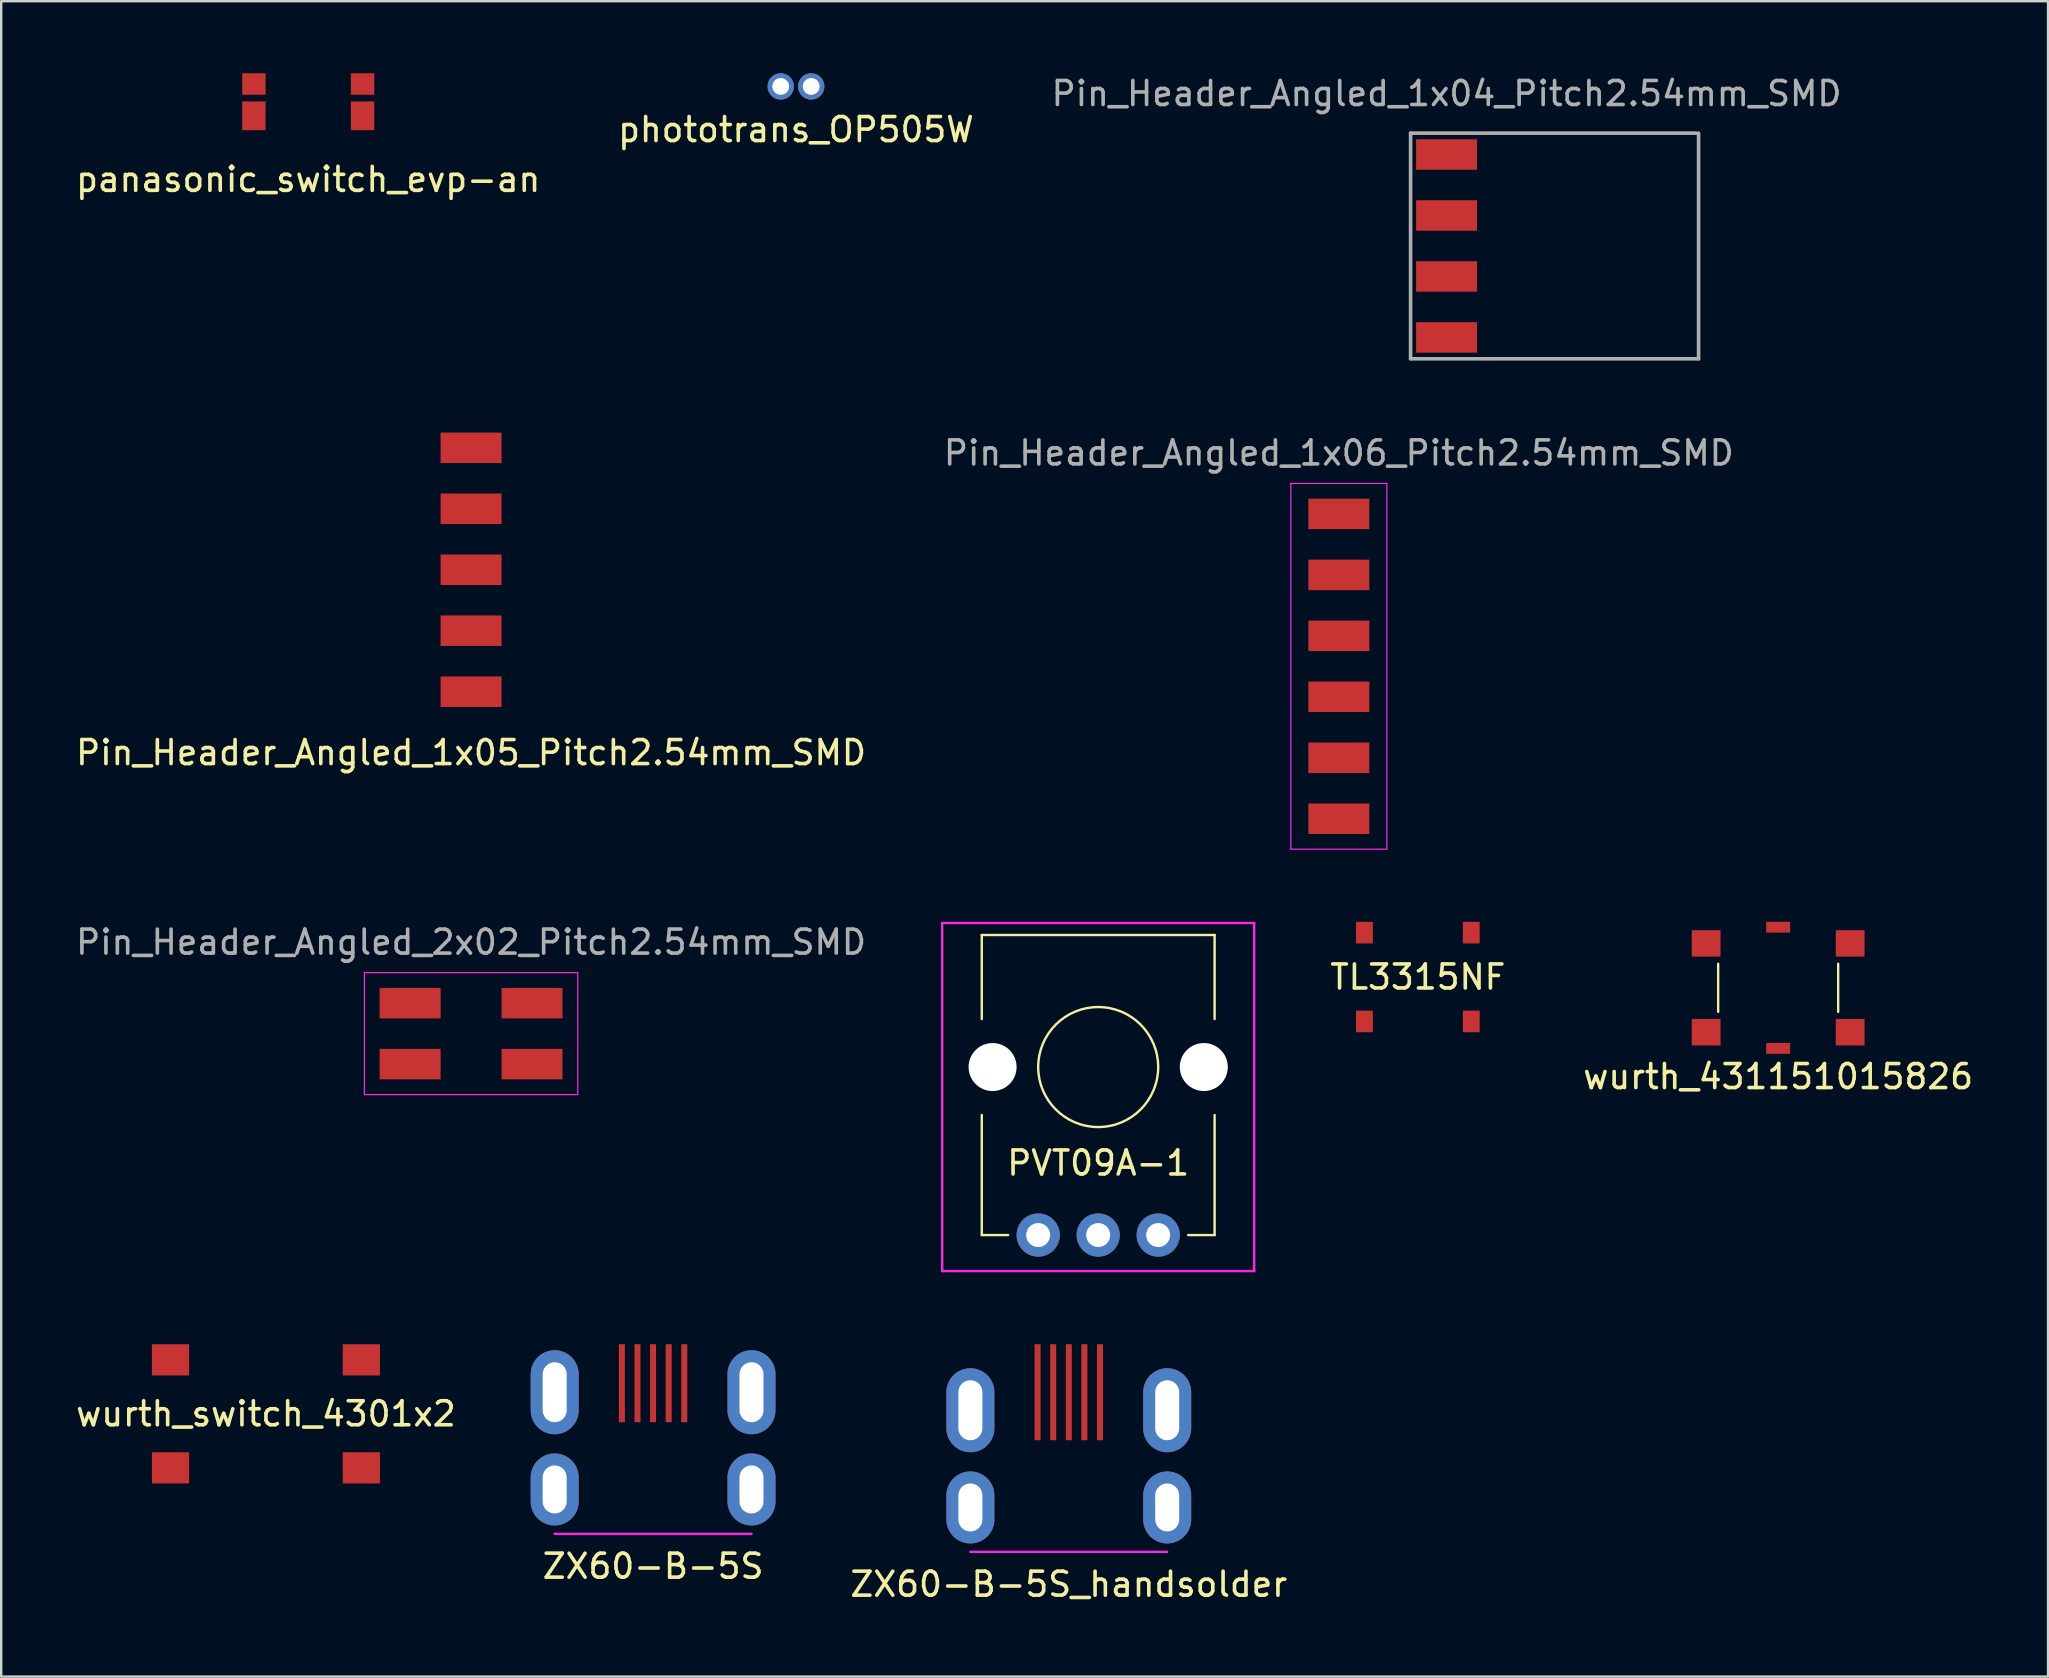
<source format=kicad_pcb>
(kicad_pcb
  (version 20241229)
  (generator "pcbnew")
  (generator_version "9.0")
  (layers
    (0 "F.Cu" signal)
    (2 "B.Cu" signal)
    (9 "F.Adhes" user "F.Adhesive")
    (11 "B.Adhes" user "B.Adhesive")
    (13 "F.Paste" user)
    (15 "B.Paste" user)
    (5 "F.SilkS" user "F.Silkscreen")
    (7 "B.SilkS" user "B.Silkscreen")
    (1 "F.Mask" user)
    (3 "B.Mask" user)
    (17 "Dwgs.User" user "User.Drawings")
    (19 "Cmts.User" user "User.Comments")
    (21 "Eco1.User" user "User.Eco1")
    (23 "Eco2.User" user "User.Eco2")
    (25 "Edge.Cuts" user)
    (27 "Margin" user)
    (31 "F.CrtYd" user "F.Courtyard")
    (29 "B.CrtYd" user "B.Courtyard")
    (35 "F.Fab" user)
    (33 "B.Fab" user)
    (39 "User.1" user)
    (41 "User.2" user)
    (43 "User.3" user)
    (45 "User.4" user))
  (footprint "PVT09A-1"
    (layer "F.Cu")
    (at 42.705 41.407)
    (property "Reference" "PVT09A-1" (at 0 4 0) (layer "F.SilkS") (effects (font (size 1 1) (thickness 0.15))))
    (attr through_hole)
    (fp_line (start -4.85 -5.5) (end -4.85 -2) (stroke (width 0.1) (type solid)) (layer "F.SilkS"))
    (fp_line (start -4.85 -5.5) (end 4.85 -5.5) (stroke (width 0.1) (type solid)) (layer "F.SilkS"))
    (fp_line (start -4.85 2) (end -4.85 7) (stroke (width 0.1) (type solid)) (layer "F.SilkS"))
    (fp_line (start -4.85 7) (end -3.75 7) (stroke (width 0.1) (type solid)) (layer "F.SilkS"))
    (fp_line (start 4.85 -2) (end 4.85 -5.5) (stroke (width 0.1) (type solid)) (layer "F.SilkS"))
    (fp_line (start 4.85 7) (end 3.75 7) (stroke (width 0.1) (type solid)) (layer "F.SilkS"))
    (fp_line (start 4.85 7) (end 4.85 2) (stroke (width 0.1) (type solid)) (layer "F.SilkS"))
    (fp_circle (center 0 0) (end 2.5 0) (stroke (width 0.1) (type solid)) (fill no) (layer "F.SilkS"))
    (fp_line (start -6.5 -6) (end -6.5 8.5) (stroke (width 0.1) (type solid)) (layer "F.CrtYd"))
    (fp_line (start -6.5 8.5) (end 6.5 8.5) (stroke (width 0.1) (type solid)) (layer "F.CrtYd"))
    (fp_line (start 6.5 -6) (end -6.5 -6) (stroke (width 0.1) (type solid)) (layer "F.CrtYd"))
    (fp_line (start 6.5 8.5) (end 6.5 -6) (stroke (width 0.1) (type solid)) (layer "F.CrtYd"))
    (pad "" np_thru_hole circle (at -4.4 0) (size 2 2) (drill 2) (layers "*.Cu" "*.Mask"))
    (pad "" np_thru_hole circle (at 4.4 0) (size 2 2) (drill 2) (layers "*.Cu" "*.Mask"))
    (pad "1" thru_hole circle (at -2.5 7) (size 1.8 1.8) (drill 1) (layers "*.Cu" "*.Mask"))
    (pad "2" thru_hole circle (at 0 7) (size 1.8 1.8) (drill 1) (layers "*.Cu" "*.Mask"))
    (pad "3" thru_hole circle (at 2.5 7) (size 1.8 1.8) (drill 1) (layers "*.Cu" "*.Mask")))
  (footprint "Pin_Header_Angled_2x02_Pitch2.54mm_SMD"
    (layer "F.Cu")
    (at 16.577 40.015)
    (property "Reference" "Pin_Header_Angled_2x02_Pitch2.54mm_SMD" (at 0 -3.81 0) (layer "F.Fab") (effects (font (size 1 1) (thickness 0.15))))
    (attr through_hole)
    (fp_line (start -4.445 -2.54) (end -4.445 2.54) (stroke (width 0.05) (type solid)) (layer "F.CrtYd"))
    (fp_line (start -4.445 2.54) (end 4.445 2.54) (stroke (width 0.05) (type solid)) (layer "F.CrtYd"))
    (fp_line (start 4.445 -2.54) (end -4.445 -2.54) (stroke (width 0.05) (type solid)) (layer "F.CrtYd"))
    (fp_line (start 4.445 2.54) (end 4.445 -2.54) (stroke (width 0.05) (type solid)) (layer "F.CrtYd"))
    (pad "1" smd rect (at -2.54 -1.27) (size 2.54 1.27) (layers "F.Cu" "F.Mask" "F.Paste"))
    (pad "2" smd rect (at 2.54 -1.27) (size 2.54 1.27) (layers "F.Cu" "F.Mask" "F.Paste"))
    (pad "3" smd rect (at -2.54 1.27) (size 2.54 1.27) (layers "F.Cu" "F.Mask" "F.Paste"))
    (pad "4" smd rect (at 2.54 1.27) (size 2.54 1.27) (layers "F.Cu" "F.Mask" "F.Paste")))
  (footprint "ZX60-B-5S_handsolder"
    (layer "F.Cu")
    (at 41.48 56.956)
    (property "Reference" "ZX60-B-5S_handsolder" (at 0 6 0) (layer "F.SilkS") (effects (font (size 1 1) (thickness 0.15))))
    (attr through_hole)
    (fp_line (start -4.1 4.65) (end 4.1 4.65) (stroke (width 0.1) (type solid)) (layer "F.CrtYd"))
    (pad "" np_thru_hole oval (at -4.1 -1.25) (size 2 3.5) (drill oval 1 2.5) (layers "*.Cu" "*.Mask"))
    (pad "" np_thru_hole oval (at -4.1 2.8) (size 2 3) (drill oval 1 2) (layers "*.Cu" "*.Mask"))
    (pad "" np_thru_hole oval (at 4.1 -1.25) (size 2 3.5) (drill oval 1 2.5) (layers "*.Cu" "*.Mask"))
    (pad "" np_thru_hole oval (at 4.1 2.8) (size 2 3) (drill oval 1 2) (layers "*.Cu" "*.Mask"))
    (pad "1" smd rect (at 1.3 -2) (size 0.25 4) (layers "F.Cu" "F.Mask" "F.Paste"))
    (pad "2" smd rect (at 0.65 -2) (size 0.25 4) (layers "F.Cu" "F.Mask" "F.Paste"))
    (pad "3" smd rect (at 0 -2) (size 0.25 4) (layers "F.Cu" "F.Mask" "F.Paste"))
    (pad "4" smd rect (at -0.65 -2) (size 0.25 4) (layers "F.Cu" "F.Mask" "F.Paste"))
    (pad "5" smd rect (at -1.3 -2) (size 0.25 4) (layers "F.Cu" "F.Mask" "F.Paste")))
  (footprint "Pin_Header_Angled_1x04_Pitch2.54mm_SMD"
    (layer "F.Cu")
    (at 57.22 7.198)
    (property "Reference" "Pin_Header_Angled_1x04_Pitch2.54mm_SMD" (at 0 -6.35 0) (layer "F.Fab") (effects (font (size 1 1) (thickness 0.15))))
    (attr through_hole)
    (fp_line (start -1.5 -4.7) (end -1.5 4.7) (stroke (width 0.15) (type solid)) (layer "F.Fab"))
    (fp_line (start -1.5 4.7) (end 10.5 4.7) (stroke (width 0.15) (type solid)) (layer "F.Fab"))
    (fp_line (start 10.4 -4.7) (end -1.5 -4.7) (stroke (width 0.15) (type solid)) (layer "F.Fab"))
    (fp_line (start 10.5 4.7) (end 10.5 -4.7) (stroke (width 0.15) (type solid)) (layer "F.Fab"))
    (pad "1" smd rect (at 0 3.81) (size 2.54 1.27) (layers "F.Cu" "F.Mask" "F.Paste"))
    (pad "2" smd rect (at 0 1.27) (size 2.54 1.27) (layers "F.Cu" "F.Mask" "F.Paste"))
    (pad "3" smd rect (at 0 -1.27) (size 2.54 1.27) (layers "F.Cu" "F.Mask" "F.Paste"))
    (pad "4" smd rect (at 0 -3.81) (size 2.54 1.27) (layers "F.Cu" "F.Mask" "F.Paste")))
  (footprint "wurth_431151015826"
    (layer "F.Cu")
    (at 71.035 38.106)
    (property "Reference" "wurth_431151015826" (at 0 3.7 0) (layer "F.SilkS") (effects (font (size 1 1) (thickness 0.15))))
    (attr through_hole)
    (fp_line (start -2.5 -1) (end -2.5 1) (stroke (width 0.1) (type solid)) (layer "F.SilkS"))
    (fp_line (start 2.5 -1) (end 2.5 1) (stroke (width 0.1) (type solid)) (layer "F.SilkS"))
    (pad "1" smd rect (at -3 1.85) (size 1.2 1.1) (layers "F.Cu" "F.Mask" "F.Paste"))
    (pad "1" smd rect (at 3 1.85) (size 1.2 1.1) (layers "F.Cu" "F.Mask" "F.Paste"))
    (pad "2" smd rect (at -3 -1.85) (size 1.2 1.1) (layers "F.Cu" "F.Mask" "F.Paste"))
    (pad "2" smd rect (at 3 -1.85) (size 1.2 1.1) (layers "F.Cu" "F.Mask" "F.Paste"))
    (pad "3" smd rect (at 0 -2.525) (size 1 0.45) (layers "F.Cu" "F.Mask" "F.Paste"))
    (pad "3" smd rect (at 0 2.525) (size 1 0.45) (layers "F.Cu" "F.Mask" "F.Paste")))
  (footprint "wurth_switch_4301x2"
    (layer "F.Cu")
    (at 8.03 55.856)
    (property "Reference" "wurth_switch_4301x2" (at 0 0 0) (layer "F.SilkS") (effects (font (size 1 1) (thickness 0.15))))
    (attr through_hole)
    (pad "1" smd rect (at -3.975 -2.25) (size 1.55 1.3) (layers "F.Cu" "F.Mask" "F.Paste"))
    (pad "1" smd rect (at 3.975 -2.25) (size 1.55 1.3) (layers "F.Cu" "F.Mask" "F.Paste"))
    (pad "2" smd rect (at -3.975 2.25) (size 1.55 1.3) (layers "F.Cu" "F.Mask" "F.Paste"))
    (pad "2" smd rect (at 3.975 2.25) (size 1.55 1.3) (layers "F.Cu" "F.Mask" "F.Paste")))
  (footprint "Pin_Header_Angled_1x06_Pitch2.54mm_SMD"
    (layer "F.Cu")
    (at 52.732 24.712)
    (property "Reference" "Pin_Header_Angled_1x06_Pitch2.54mm_SMD" (at 0 -8.89 0) (layer "F.Fab") (effects (font (size 1 1) (thickness 0.15))))
    (attr through_hole)
    (fp_line (start -2 -7.62) (end -2 7.62) (stroke (width 0.05) (type solid)) (layer "F.CrtYd"))
    (fp_line (start -2 7.62) (end 2 7.62) (stroke (width 0.05) (type solid)) (layer "F.CrtYd"))
    (fp_line (start 2 -7.62) (end -2 -7.62) (stroke (width 0.05) (type solid)) (layer "F.CrtYd"))
    (fp_line (start 2 7.62) (end 2 -7.62) (stroke (width 0.05) (type solid)) (layer "F.CrtYd"))
    (pad "1" smd rect (at 0 -6.35) (size 2.54 1.27) (layers "F.Cu" "F.Mask" "F.Paste"))
    (pad "2" smd rect (at 0 -3.81) (size 2.54 1.27) (layers "F.Cu" "F.Mask" "F.Paste"))
    (pad "3" smd rect (at 0 -1.27) (size 2.54 1.27) (layers "F.Cu" "F.Mask" "F.Paste"))
    (pad "4" smd rect (at 0 1.27) (size 2.54 1.27) (layers "F.Cu" "F.Mask" "F.Paste"))
    (pad "5" smd rect (at 0 3.81) (size 2.54 1.27) (layers "F.Cu" "F.Mask" "F.Paste"))
    (pad "6" smd rect (at 0 6.35) (size 2.54 1.27) (layers "F.Cu" "F.Mask" "F.Paste")))
  (footprint "panasonic_switch_evp-an"
    (layer "F.Cu")
    (at 9.792 0.45)
    (property "Reference" "panasonic_switch_evp-an" (at 0 3.975 0) (layer "F.SilkS") (effects (font (size 1 1) (thickness 0.15))))
    (attr through_hole)
    (pad "1" smd rect (at -2.263 0) (size 0.975 0.9) (layers "F.Cu" "F.Mask" "F.Paste"))
    (pad "1" smd rect (at 2.263 0) (size 0.975 0.9) (layers "F.Cu" "F.Mask" "F.Paste"))
    (pad "2" smd rect (at -2.263 1.325) (size 0.975 1.2) (layers "F.Cu" "F.Mask" "F.Paste"))
    (pad "2" smd rect (at 2.263 1.325) (size 0.975 1.2) (layers "F.Cu" "F.Mask" "F.Paste")))
  (footprint "phototrans_OP505W"
    (layer "F.Cu")
    (at 30.113 0.55)
    (property "Reference" "phototrans_OP505W" (at 0 1.8 0) (layer "F.SilkS") (effects (font (size 1 1) (thickness 0.15))))
    (attr through_hole)
    (pad "1" thru_hole circle (at -0.635 0) (size 1.1 1.1) (drill 0.7) (layers "*.Cu" "*.Mask"))
    (pad "2" thru_hole circle (at 0.635 0) (size 1.1 1.1) (drill 0.7) (layers "*.Cu" "*.Mask")))
  (footprint "Pin_Header_Angled_1x05_Pitch2.54mm_SMD"
    (layer "F.Cu")
    (at 16.577 20.688)
    (property "Reference" "Pin_Header_Angled_1x05_Pitch2.54mm_SMD" (at 0 7.62 0) (layer "F.SilkS") (effects (font (size 1 1) (thickness 0.15))))
    (attr through_hole)
    (pad "1" smd rect (at 0 5.08) (size 2.54 1.27) (layers "F.Cu" "F.Mask" "F.Paste"))
    (pad "2" smd rect (at 0 2.54) (size 2.54 1.27) (layers "F.Cu" "F.Mask" "F.Paste"))
    (pad "3" smd rect (at 0 0) (size 2.54 1.27) (layers "F.Cu" "F.Mask" "F.Paste"))
    (pad "4" smd rect (at 0 -2.54) (size 2.54 1.27) (layers "F.Cu" "F.Mask" "F.Paste"))
    (pad "5" smd rect (at 0 -5.08) (size 2.54 1.27) (layers "F.Cu" "F.Mask" "F.Paste")))
  (footprint "ZX60-B-5S"
    (layer "F.Cu")
    (at 24.16 56.206)
    (property "Reference" "ZX60-B-5S" (at 0 6 0) (layer "F.SilkS") (effects (font (size 1 1) (thickness 0.15))))
    (attr through_hole)
    (fp_line (start -4.1 4.65) (end 4.1 4.65) (stroke (width 0.1) (type solid)) (layer "F.CrtYd"))
    (pad "" np_thru_hole oval (at -4.1 -1.25) (size 2 3.5) (drill oval 1 2.5) (layers "*.Cu" "*.Mask"))
    (pad "" np_thru_hole oval (at -4.1 2.8) (size 2 3) (drill oval 1 2) (layers "*.Cu" "*.Mask"))
    (pad "" np_thru_hole oval (at 4.1 -1.25) (size 2 3.5) (drill oval 1 2.5) (layers "*.Cu" "*.Mask"))
    (pad "" np_thru_hole oval (at 4.1 2.8) (size 2 3) (drill oval 1 2) (layers "*.Cu" "*.Mask"))
    (pad "1" smd rect (at 1.3 -1.625) (size 0.25 3.25) (layers "F.Cu" "F.Mask" "F.Paste"))
    (pad "2" smd rect (at 0.65 -1.625) (size 0.25 3.25) (layers "F.Cu" "F.Mask" "F.Paste"))
    (pad "3" smd rect (at 0 -1.625) (size 0.25 3.25) (layers "F.Cu" "F.Mask" "F.Paste"))
    (pad "4" smd rect (at -0.65 -1.625) (size 0.25 3.25) (layers "F.Cu" "F.Mask" "F.Paste"))
    (pad "5" smd rect (at -1.3 -1.625) (size 0.25 3.25) (layers "F.Cu" "F.Mask" "F.Paste")))
  (footprint "TL3315NF"
    (layer "F.Cu")
    (at 56.023 37.657)
    (property "Reference" "TL3315NF" (at 0 0 0) (layer "F.SilkS") (effects (font (size 1 1) (thickness 0.15))))
    (attr through_hole)
    (pad "1" smd rect (at -2.225 -1.85) (size 0.7 0.9) (layers "F.Cu" "F.Mask" "F.Paste"))
    (pad "2" smd rect (at -2.225 1.85) (size 0.7 0.9) (layers "F.Cu" "F.Mask" "F.Paste"))
    (pad "3" smd rect (at 2.225 -1.85) (size 0.7 0.9) (layers "F.Cu" "F.Mask" "F.Paste"))
    (pad "4" smd rect (at 2.225 1.85) (size 0.7 0.9) (layers "F.Cu" "F.Mask" "F.Paste")))
  (gr_rect
    (start -3 -3)
    (end 82.279 66.805)
    (stroke (width 0.1) (type default))
    (fill no)
    (layer "Edge.Cuts")))
</source>
